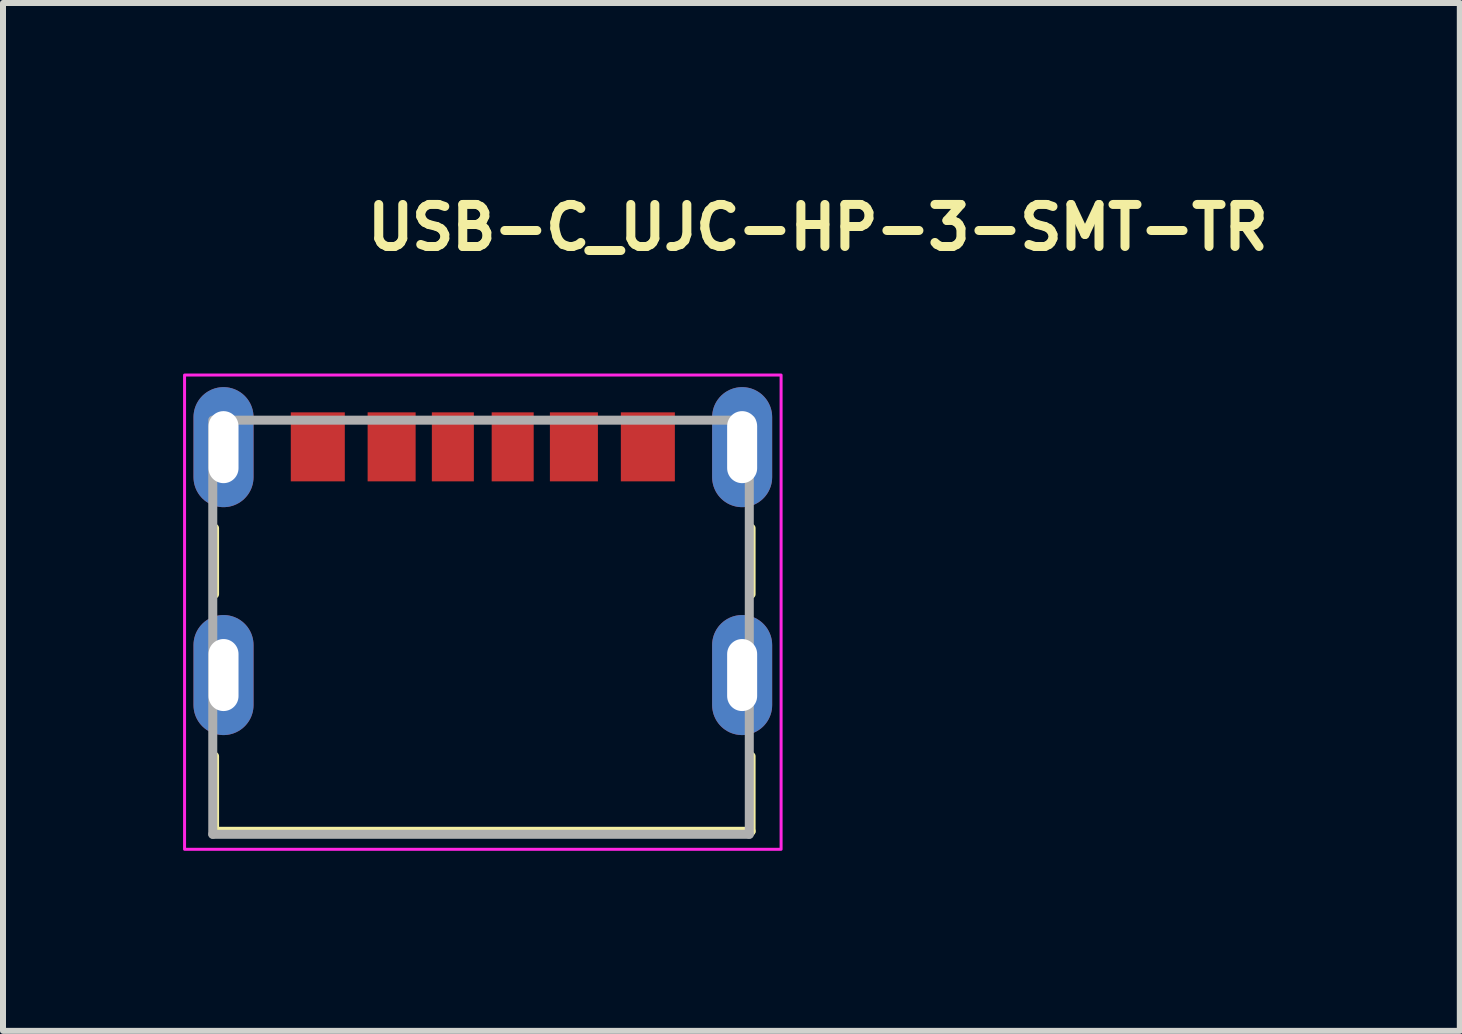
<source format=kicad_pcb>
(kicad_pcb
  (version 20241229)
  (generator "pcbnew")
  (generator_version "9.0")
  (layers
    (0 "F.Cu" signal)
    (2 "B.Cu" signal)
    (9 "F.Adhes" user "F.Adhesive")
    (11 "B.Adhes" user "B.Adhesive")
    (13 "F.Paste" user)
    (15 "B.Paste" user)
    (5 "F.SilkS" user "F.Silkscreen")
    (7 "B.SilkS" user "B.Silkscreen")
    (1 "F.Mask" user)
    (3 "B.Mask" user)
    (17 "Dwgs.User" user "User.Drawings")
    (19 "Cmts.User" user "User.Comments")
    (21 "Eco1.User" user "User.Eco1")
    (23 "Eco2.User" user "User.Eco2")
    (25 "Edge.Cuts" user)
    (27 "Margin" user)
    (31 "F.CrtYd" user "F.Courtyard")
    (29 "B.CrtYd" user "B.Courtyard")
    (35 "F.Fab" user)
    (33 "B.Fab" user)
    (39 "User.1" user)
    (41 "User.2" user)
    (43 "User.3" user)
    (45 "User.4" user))
  (footprint "USB-C_UJC-HP-3-SMT-TR"
    (layer "F.Cu")
    (at 4.995 7.15)
    (property "Reference" "USB-C_UJC-HP-3-SMT-TR" (at -2 -6 0) (layer "F.SilkS") (effects (font (size 0.7 0.7) (thickness 0.15)) (justify left bottom)))
    (attr smd)
    (fp_line (start -4.47 -0.3) (end -4.47 -1.4) (stroke (width 0.15) (type solid)) (layer "F.SilkS"))
    (fp_line (start -4.47 3.65) (end -4.47 2.4) (stroke (width 0.15) (type solid)) (layer "F.SilkS"))
    (fp_line (start -4.47 3.65) (end 4.469 3.65) (stroke (width 0.15) (type solid)) (layer "F.SilkS"))
    (fp_line (start 4.469 -0.3) (end 4.469 -1.4) (stroke (width 0.15) (type solid)) (layer "F.SilkS"))
    (fp_line (start 4.469 3.65) (end 4.469 2.4) (stroke (width 0.15) (type solid)) (layer "F.SilkS"))
    (fp_rect (start -4.97 -3.951) (end 4.969 3.95) (stroke (width 0.05) (type solid)) (fill no) (layer "F.CrtYd"))
    (fp_line (start -4.5 -3.2) (end -4.5 3.7) (stroke (width 0.15) (type solid)) (layer "F.Fab"))
    (fp_line (start -4.5 3.7) (end 4.439 3.7) (stroke (width 0.15) (type solid)) (layer "F.Fab"))
    (fp_line (start 4.439 3.7) (end 4.439 -3.2) (stroke (width 0.15) (type solid)) (layer "F.Fab"))
    (fp_line (start 4.469 -3.2) (end -4.47 -3.2) (stroke (width 0.15) (type solid)) (layer "F.Fab"))
    (fp_rect (start -4.47 -3.451) (end 4.469 3.45) (stroke (width 0.1) (type solid)) (fill no) (layer "User.5"))
    (fp_line (start -4.47 -3.351) (end -4.47 3.45) (stroke (width 0.02) (type solid)) (layer "User.9"))
    (fp_line (start -4.462 -3.351) (end -4.47 -3.351) (stroke (width 0.02) (type solid)) (layer "User.9"))
    (fp_line (start -4.462 -3.351) (end -4.462 -3.351) (stroke (width 0.02) (type solid)) (layer "User.9"))
    (fp_line (start -4.462 3.45) (end -4.47 3.45) (stroke (width 0.02) (type solid)) (layer "User.9"))
    (fp_line (start -4.462 3.45) (end -4.462 3.45) (stroke (width 0.02) (type solid)) (layer "User.9"))
    (fp_line (start -4.438 -3.351) (end -4.462 -3.351) (stroke (width 0.02) (type solid)) (layer "User.9"))
    (fp_line (start -4.438 -3.351) (end -4.438 -3.351) (stroke (width 0.02) (type solid)) (layer "User.9"))
    (fp_line (start -4.438 3.45) (end -4.462 3.45) (stroke (width 0.02) (type solid)) (layer "User.9"))
    (fp_line (start -4.438 3.45) (end -4.438 3.45) (stroke (width 0.02) (type solid)) (layer "User.9"))
    (fp_line (start -4.396 -3.351) (end -4.438 -3.351) (stroke (width 0.02) (type solid)) (layer "User.9"))
    (fp_line (start -4.396 -3.351) (end -4.396 -3.351) (stroke (width 0.02) (type solid)) (layer "User.9"))
    (fp_line (start -4.396 3.45) (end -4.438 3.45) (stroke (width 0.02) (type solid)) (layer "User.9"))
    (fp_line (start -4.396 3.45) (end -4.396 3.45) (stroke (width 0.02) (type solid)) (layer "User.9"))
    (fp_line (start -4.34 -3.351) (end -4.396 -3.351) (stroke (width 0.02) (type solid)) (layer "User.9"))
    (fp_line (start -4.34 -3.351) (end -4.34 -3.351) (stroke (width 0.02) (type solid)) (layer "User.9"))
    (fp_line (start -4.34 3.45) (end -4.396 3.45) (stroke (width 0.02) (type solid)) (layer "User.9"))
    (fp_line (start -4.34 3.45) (end -4.34 3.45) (stroke (width 0.02) (type solid)) (layer "User.9"))
    (fp_line (start -4.268 -3.351) (end -4.34 -3.351) (stroke (width 0.02) (type solid)) (layer "User.9"))
    (fp_line (start -4.268 -3.351) (end -4.268 -3.351) (stroke (width 0.02) (type solid)) (layer "User.9"))
    (fp_line (start -4.268 3.45) (end -4.34 3.45) (stroke (width 0.02) (type solid)) (layer "User.9"))
    (fp_line (start -4.268 3.45) (end -4.268 3.45) (stroke (width 0.02) (type solid)) (layer "User.9"))
    (fp_line (start -4.18 -3.351) (end -4.268 -3.351) (stroke (width 0.02) (type solid)) (layer "User.9"))
    (fp_line (start -4.18 -3.351) (end -4.18 -3.351) (stroke (width 0.02) (type solid)) (layer "User.9"))
    (fp_line (start -4.18 3.45) (end -4.268 3.45) (stroke (width 0.02) (type solid)) (layer "User.9"))
    (fp_line (start -4.18 3.45) (end -4.18 3.45) (stroke (width 0.02) (type solid)) (layer "User.9"))
    (fp_line (start -4.17 -3.451) (end -4.17 -3.351) (stroke (width 0.02) (type solid)) (layer "User.9"))
    (fp_line (start -4.165 -3.451) (end -4.17 -3.451) (stroke (width 0.02) (type solid)) (layer "User.9"))
    (fp_line (start -4.165 -3.451) (end -4.165 -3.451) (stroke (width 0.02) (type solid)) (layer "User.9"))
    (fp_line (start -4.149 -3.451) (end -4.165 -3.451) (stroke (width 0.02) (type solid)) (layer "User.9"))
    (fp_line (start -4.149 -3.451) (end -4.149 -3.451) (stroke (width 0.02) (type solid)) (layer "User.9"))
    (fp_line (start -4.122 -3.451) (end -4.149 -3.451) (stroke (width 0.02) (type solid)) (layer "User.9"))
    (fp_line (start -4.122 -3.451) (end -4.122 -3.451) (stroke (width 0.02) (type solid)) (layer "User.9"))
    (fp_line (start -4.085 -3.451) (end -4.122 -3.451) (stroke (width 0.02) (type solid)) (layer "User.9"))
    (fp_line (start -4.085 -3.451) (end -4.085 -3.451) (stroke (width 0.02) (type solid)) (layer "User.9"))
    (fp_line (start -4.082 -3.351) (end -4.18 -3.351) (stroke (width 0.02) (type solid)) (layer "User.9"))
    (fp_line (start -4.082 -3.351) (end -4.082 -3.351) (stroke (width 0.02) (type solid)) (layer "User.9"))
    (fp_line (start -4.082 3.45) (end -4.18 3.45) (stroke (width 0.02) (type solid)) (layer "User.9"))
    (fp_line (start -4.082 3.45) (end -4.082 3.45) (stroke (width 0.02) (type solid)) (layer "User.9"))
    (fp_line (start -4.037 -3.451) (end -4.085 -3.451) (stroke (width 0.02) (type solid)) (layer "User.9"))
    (fp_line (start -4.037 -3.451) (end -4.037 -3.451) (stroke (width 0.02) (type solid)) (layer "User.9"))
    (fp_line (start -3.98 -3.451) (end -4.037 -3.451) (stroke (width 0.02) (type solid)) (layer "User.9"))
    (fp_line (start -3.98 -3.451) (end -3.98 -3.451) (stroke (width 0.02) (type solid)) (layer "User.9"))
    (fp_line (start -3.971 -3.351) (end -4.082 -3.351) (stroke (width 0.02) (type solid)) (layer "User.9"))
    (fp_line (start -3.971 -3.351) (end -3.971 -3.351) (stroke (width 0.02) (type solid)) (layer "User.9"))
    (fp_line (start -3.971 3.45) (end -4.082 3.45) (stroke (width 0.02) (type solid)) (layer "User.9"))
    (fp_line (start -3.971 3.45) (end -3.971 3.45) (stroke (width 0.02) (type solid)) (layer "User.9"))
    (fp_line (start -3.914 -3.451) (end -3.98 -3.451) (stroke (width 0.02) (type solid)) (layer "User.9"))
    (fp_line (start -3.914 -3.451) (end -3.914 -3.451) (stroke (width 0.02) (type solid)) (layer "User.9"))
    (fp_line (start -3.848 -3.351) (end -3.971 -3.351) (stroke (width 0.02) (type solid)) (layer "User.9"))
    (fp_line (start -3.848 -3.351) (end -3.848 -3.351) (stroke (width 0.02) (type solid)) (layer "User.9"))
    (fp_line (start -3.848 3.45) (end -3.971 3.45) (stroke (width 0.02) (type solid)) (layer "User.9"))
    (fp_line (start -3.848 3.45) (end -3.848 3.45) (stroke (width 0.02) (type solid)) (layer "User.9"))
    (fp_line (start -3.758 -3.451) (end -3.914 -3.451) (stroke (width 0.02) (type solid)) (layer "User.9"))
    (fp_line (start -3.758 -3.451) (end -3.758 -3.451) (stroke (width 0.02) (type solid)) (layer "User.9"))
    (fp_line (start -3.58 -3.351) (end -3.848 -3.351) (stroke (width 0.02) (type solid)) (layer "User.9"))
    (fp_line (start -3.58 -3.351) (end -3.58 -3.351) (stroke (width 0.02) (type solid)) (layer "User.9"))
    (fp_line (start -3.58 3.45) (end -3.848 3.45) (stroke (width 0.02) (type solid)) (layer "User.9"))
    (fp_line (start -3.58 3.45) (end -3.58 3.45) (stroke (width 0.02) (type solid)) (layer "User.9"))
    (fp_line (start -3.576 -3.451) (end -3.758 -3.451) (stroke (width 0.02) (type solid)) (layer "User.9"))
    (fp_line (start -3.576 -3.451) (end -3.576 -3.451) (stroke (width 0.02) (type solid)) (layer "User.9"))
    (fp_line (start -3.27 -3.451) (end -3.576 -3.451) (stroke (width 0.02) (type solid)) (layer "User.9"))
    (fp_line (start -3.27 -3.351) (end -3.27 -3.451) (stroke (width 0.02) (type solid)) (layer "User.9"))
    (fp_line (start -3.141 -3.351) (end -3.58 -3.351) (stroke (width 0.02) (type solid)) (layer "User.9"))
    (fp_line (start -3.141 3.45) (end -3.58 3.45) (stroke (width 0.02) (type solid)) (layer "User.9"))
    (fp_line (start -2.923 -3.351) (end -3.141 -3.351) (stroke (width 0.02) (type solid)) (layer "User.9"))
    (fp_line (start -2.923 -3.351) (end -2.914 -3.351) (stroke (width 0.02) (type solid)) (layer "User.9"))
    (fp_line (start -2.914 -3.351) (end -2.904 -3.351) (stroke (width 0.02) (type solid)) (layer "User.9"))
    (fp_line (start -2.904 -3.351) (end -2.895 -3.348) (stroke (width 0.02) (type solid)) (layer "User.9"))
    (fp_line (start -2.895 -3.348) (end -2.884 -3.347) (stroke (width 0.02) (type solid)) (layer "User.9"))
    (fp_line (start -2.884 -3.347) (end -2.875 -3.344) (stroke (width 0.02) (type solid)) (layer "User.9"))
    (fp_line (start -2.875 -3.344) (end -2.866 -3.343) (stroke (width 0.02) (type solid)) (layer "User.9"))
    (fp_line (start -2.866 -3.343) (end -2.856 -3.339) (stroke (width 0.02) (type solid)) (layer "User.9"))
    (fp_line (start -2.856 -3.339) (end -2.847 -3.335) (stroke (width 0.02) (type solid)) (layer "User.9"))
    (fp_line (start -2.847 -3.335) (end -2.839 -3.331) (stroke (width 0.02) (type solid)) (layer "User.9"))
    (fp_line (start -2.839 -3.331) (end -2.83 -3.327) (stroke (width 0.02) (type solid)) (layer "User.9"))
    (fp_line (start -2.83 -3.327) (end -2.822 -3.322) (stroke (width 0.02) (type solid)) (layer "User.9"))
    (fp_line (start -2.822 -3.322) (end -2.813 -3.318) (stroke (width 0.02) (type solid)) (layer "User.9"))
    (fp_line (start -2.813 -3.318) (end -2.805 -3.311) (stroke (width 0.02) (type solid)) (layer "User.9"))
    (fp_line (start -2.805 -3.311) (end -2.798 -3.306) (stroke (width 0.02) (type solid)) (layer "User.9"))
    (fp_line (start -2.798 -3.306) (end -2.79 -3.299) (stroke (width 0.02) (type solid)) (layer "User.9"))
    (fp_line (start -2.79 -3.299) (end -2.782 -3.293) (stroke (width 0.02) (type solid)) (layer "User.9"))
    (fp_line (start -2.782 -3.293) (end -2.5 -3.009) (stroke (width 0.02) (type solid)) (layer "User.9"))
    (fp_line (start -2.656 -1.801) (end -2.656 -1.766) (stroke (width 0.02) (type solid)) (layer "User.9"))
    (fp_line (start -2.656 -1.801) (end -2.656 -1.766) (stroke (width 0.02) (type solid)) (layer "User.9"))
    (fp_line (start -2.656 -1.766) (end -2.621 -1.766) (stroke (width 0.02) (type solid)) (layer "User.9"))
    (fp_line (start -2.656 -1.385) (end -2.656 -1.351) (stroke (width 0.02) (type solid)) (layer "User.9"))
    (fp_line (start -2.656 -1.351) (end -1.446 -1.351) (stroke (width 0.02) (type solid)) (layer "User.9"))
    (fp_line (start -2.63 -1.385) (end -2.629 -1.381) (stroke (width 0.02) (type solid)) (layer "User.9"))
    (fp_line (start -2.629 -1.381) (end -2.625 -1.377) (stroke (width 0.02) (type solid)) (layer "User.9"))
    (fp_line (start -2.625 -1.377) (end -2.622 -1.373) (stroke (width 0.02) (type solid)) (layer "User.9"))
    (fp_line (start -2.622 -1.373) (end -2.621 -1.371) (stroke (width 0.02) (type solid)) (layer "User.9"))
    (fp_line (start -2.621 -1.766) (end -2.214 -1.766) (stroke (width 0.02) (type solid)) (layer "User.9"))
    (fp_line (start -2.621 -1.385) (end -2.656 -1.385) (stroke (width 0.02) (type solid)) (layer "User.9"))
    (fp_line (start -2.621 -1.385) (end -2.214 -1.385) (stroke (width 0.02) (type solid)) (layer "User.9"))
    (fp_line (start -2.621 -1.371) (end -2.617 -1.367) (stroke (width 0.02) (type solid)) (layer "User.9"))
    (fp_line (start -2.617 -1.367) (end -2.614 -1.365) (stroke (width 0.02) (type solid)) (layer "User.9"))
    (fp_line (start -2.614 -1.365) (end -2.612 -1.361) (stroke (width 0.02) (type solid)) (layer "User.9"))
    (fp_line (start -2.612 -1.361) (end -2.609 -1.359) (stroke (width 0.02) (type solid)) (layer "User.9"))
    (fp_line (start -2.609 -1.359) (end -2.606 -1.357) (stroke (width 0.02) (type solid)) (layer "User.9"))
    (fp_line (start -2.606 -1.357) (end -2.604 -1.355) (stroke (width 0.02) (type solid)) (layer "User.9"))
    (fp_line (start -2.604 -1.355) (end -2.601 -1.355) (stroke (width 0.02) (type solid)) (layer "User.9"))
    (fp_line (start -2.601 -1.355) (end -2.597 -1.353) (stroke (width 0.02) (type solid)) (layer "User.9"))
    (fp_line (start -2.597 -1.353) (end -2.594 -1.351) (stroke (width 0.02) (type solid)) (layer "User.9"))
    (fp_line (start -2.594 -1.351) (end -2.592 -1.351) (stroke (width 0.02) (type solid)) (layer "User.9"))
    (fp_line (start -2.592 -1.351) (end -2.59 -1.351) (stroke (width 0.02) (type solid)) (layer "User.9"))
    (fp_line (start -2.59 -1.351) (end -2.589 -1.351) (stroke (width 0.02) (type solid)) (layer "User.9"))
    (fp_line (start -2.589 -1.351) (end -2.588 -1.351) (stroke (width 0.02) (type solid)) (layer "User.9"))
    (fp_line (start -2.588 -1.351) (end -2.586 -1.351) (stroke (width 0.02) (type solid)) (layer "User.9"))
    (fp_line (start -2.586 -1.351) (end -2.656 -1.351) (stroke (width 0.02) (type solid)) (layer "User.9"))
    (fp_line (start -2.5 -3.009) (end -2.492 -3.003) (stroke (width 0.02) (type solid)) (layer "User.9"))
    (fp_line (start -2.492 -3.003) (end -2.484 -2.996) (stroke (width 0.02) (type solid)) (layer "User.9"))
    (fp_line (start -2.484 -2.996) (end -2.477 -2.991) (stroke (width 0.02) (type solid)) (layer "User.9"))
    (fp_line (start -2.477 -2.991) (end -2.469 -2.984) (stroke (width 0.02) (type solid)) (layer "User.9"))
    (fp_line (start -2.469 -2.984) (end -2.46 -2.98) (stroke (width 0.02) (type solid)) (layer "User.9"))
    (fp_line (start -2.469 -1.801) (end -2.469 -1.766) (stroke (width 0.02) (type solid)) (layer "User.9"))
    (fp_line (start -2.469 -1.385) (end -2.469 -1.351) (stroke (width 0.02) (type solid)) (layer "User.9"))
    (fp_line (start -2.469 -1.351) (end -2.656 -1.351) (stroke (width 0.02) (type solid)) (layer "User.9"))
    (fp_line (start -2.46 -2.98) (end -2.452 -2.975) (stroke (width 0.02) (type solid)) (layer "User.9"))
    (fp_line (start -2.452 -3.281) (end -2.77 -3.281) (stroke (width 0.02) (type solid)) (layer "User.9"))
    (fp_line (start -2.452 -3.281) (end -2.452 -3.181) (stroke (width 0.02) (type solid)) (layer "User.9"))
    (fp_line (start -2.452 -3.181) (end -2.67 -3.181) (stroke (width 0.02) (type solid)) (layer "User.9"))
    (fp_line (start -2.452 -3.181) (end -2.452 -2.973) (stroke (width 0.02) (type solid)) (layer "User.9"))
    (fp_line (start -2.452 -2.975) (end -2.444 -2.971) (stroke (width 0.02) (type solid)) (layer "User.9"))
    (fp_line (start -2.444 -2.971) (end -2.435 -2.967) (stroke (width 0.02) (type solid)) (layer "User.9"))
    (fp_line (start -2.435 -2.967) (end -2.426 -2.963) (stroke (width 0.02) (type solid)) (layer "User.9"))
    (fp_line (start -2.426 -2.963) (end -2.416 -2.96) (stroke (width 0.02) (type solid)) (layer "User.9"))
    (fp_line (start -2.416 -2.96) (end -2.407 -2.957) (stroke (width 0.02) (type solid)) (layer "User.9"))
    (fp_line (start -2.407 -2.957) (end -2.398 -2.955) (stroke (width 0.02) (type solid)) (layer "User.9"))
    (fp_line (start -2.398 -2.955) (end -2.387 -2.953) (stroke (width 0.02) (type solid)) (layer "User.9"))
    (fp_line (start -2.387 -2.953) (end -2.378 -2.952) (stroke (width 0.02) (type solid)) (layer "User.9"))
    (fp_line (start -2.378 -2.952) (end -2.368 -2.952) (stroke (width 0.02) (type solid)) (layer "User.9"))
    (fp_line (start -2.368 -2.952) (end -2.359 -2.952) (stroke (width 0.02) (type solid)) (layer "User.9"))
    (fp_line (start -2.359 -2.952) (end -1.301 -2.952) (stroke (width 0.02) (type solid)) (layer "User.9"))
    (fp_line (start -2.214 -1.766) (end -1.889 -1.766) (stroke (width 0.02) (type solid)) (layer "User.9"))
    (fp_line (start -2.214 -1.385) (end -1.889 -1.385) (stroke (width 0.02) (type solid)) (layer "User.9"))
    (fp_line (start -1.889 -1.766) (end -1.48 -1.766) (stroke (width 0.02) (type solid)) (layer "User.9"))
    (fp_line (start -1.889 -1.385) (end -1.48 -1.385) (stroke (width 0.02) (type solid)) (layer "User.9"))
    (fp_line (start -1.801 -3.281) (end -1.801 -3.181) (stroke (width 0.02) (type solid)) (layer "User.9"))
    (fp_line (start -1.801 -3.181) (end -1.801 -2.952) (stroke (width 0.02) (type solid)) (layer "User.9"))
    (fp_line (start -1.633 -1.801) (end -1.633 -1.766) (stroke (width 0.02) (type solid)) (layer "User.9"))
    (fp_line (start -1.633 -1.385) (end -1.633 -1.351) (stroke (width 0.02) (type solid)) (layer "User.9"))
    (fp_line (start -1.516 -1.351) (end -1.633 -1.351) (stroke (width 0.02) (type solid)) (layer "User.9"))
    (fp_line (start -1.516 -1.351) (end -1.514 -1.351) (stroke (width 0.02) (type solid)) (layer "User.9"))
    (fp_line (start -1.514 -1.351) (end -1.514 -1.351) (stroke (width 0.02) (type solid)) (layer "User.9"))
    (fp_line (start -1.514 -1.351) (end -1.512 -1.351) (stroke (width 0.02) (type solid)) (layer "User.9"))
    (fp_line (start -1.512 -1.351) (end -1.51 -1.351) (stroke (width 0.02) (type solid)) (layer "User.9"))
    (fp_line (start -1.51 -1.351) (end -1.508 -1.351) (stroke (width 0.02) (type solid)) (layer "User.9"))
    (fp_line (start -1.508 -1.351) (end -1.508 -1.351) (stroke (width 0.02) (type solid)) (layer "User.9"))
    (fp_line (start -1.508 -1.351) (end -1.506 -1.353) (stroke (width 0.02) (type solid)) (layer "User.9"))
    (fp_line (start -1.506 -1.353) (end -1.504 -1.353) (stroke (width 0.02) (type solid)) (layer "User.9"))
    (fp_line (start -1.504 -1.353) (end -1.502 -1.353) (stroke (width 0.02) (type solid)) (layer "User.9"))
    (fp_line (start -1.502 -1.355) (end -1.5 -1.355) (stroke (width 0.02) (type solid)) (layer "User.9"))
    (fp_line (start -1.502 -1.353) (end -1.502 -1.355) (stroke (width 0.02) (type solid)) (layer "User.9"))
    (fp_line (start -1.5 -2.27) (end -1.5 -2.261) (stroke (width 0.02) (type solid)) (layer "User.9"))
    (fp_line (start -1.5 -2.261) (end -1.5 -2.25) (stroke (width 0.02) (type solid)) (layer "User.9"))
    (fp_line (start -1.5 -2.25) (end -1.5 -2.242) (stroke (width 0.02) (type solid)) (layer "User.9"))
    (fp_line (start -1.5 -2.242) (end -1.5 -2.231) (stroke (width 0.02) (type solid)) (layer "User.9"))
    (fp_line (start -1.5 -2.231) (end -1.498 -2.222) (stroke (width 0.02) (type solid)) (layer "User.9"))
    (fp_line (start -1.5 -1.355) (end -1.498 -1.355) (stroke (width 0.02) (type solid)) (layer "User.9"))
    (fp_line (start -1.498 -2.29) (end -1.498 -2.281) (stroke (width 0.02) (type solid)) (layer "User.9"))
    (fp_line (start -1.498 -2.281) (end -1.5 -2.27) (stroke (width 0.02) (type solid)) (layer "User.9"))
    (fp_line (start -1.498 -2.222) (end -1.498 -2.211) (stroke (width 0.02) (type solid)) (layer "User.9"))
    (fp_line (start -1.498 -2.211) (end -1.494 -2.202) (stroke (width 0.02) (type solid)) (layer "User.9"))
    (fp_line (start -1.498 -1.357) (end -1.496 -1.357) (stroke (width 0.02) (type solid)) (layer "User.9"))
    (fp_line (start -1.498 -1.355) (end -1.498 -1.357) (stroke (width 0.02) (type solid)) (layer "User.9"))
    (fp_line (start -1.496 -1.357) (end -1.492 -1.359) (stroke (width 0.02) (type solid)) (layer "User.9"))
    (fp_line (start -1.494 -2.299) (end -1.498 -2.29) (stroke (width 0.02) (type solid)) (layer "User.9"))
    (fp_line (start -1.494 -2.202) (end -1.492 -2.193) (stroke (width 0.02) (type solid)) (layer "User.9"))
    (fp_line (start -1.492 -2.31) (end -1.494 -2.299) (stroke (width 0.02) (type solid)) (layer "User.9"))
    (fp_line (start -1.492 -2.193) (end -1.49 -2.183) (stroke (width 0.02) (type solid)) (layer "User.9"))
    (fp_line (start -1.492 -1.359) (end -1.49 -1.361) (stroke (width 0.02) (type solid)) (layer "User.9"))
    (fp_line (start -1.49 -2.319) (end -1.492 -2.31) (stroke (width 0.02) (type solid)) (layer "User.9"))
    (fp_line (start -1.49 -2.183) (end -1.486 -2.174) (stroke (width 0.02) (type solid)) (layer "User.9"))
    (fp_line (start -1.49 -1.361) (end -1.488 -1.365) (stroke (width 0.02) (type solid)) (layer "User.9"))
    (fp_line (start -1.488 -1.365) (end -1.484 -1.367) (stroke (width 0.02) (type solid)) (layer "User.9"))
    (fp_line (start -1.486 -2.327) (end -1.49 -2.319) (stroke (width 0.02) (type solid)) (layer "User.9"))
    (fp_line (start -1.486 -2.174) (end -1.482 -2.165) (stroke (width 0.02) (type solid)) (layer "User.9"))
    (fp_line (start -1.484 -1.367) (end -1.482 -1.371) (stroke (width 0.02) (type solid)) (layer "User.9"))
    (fp_line (start -1.482 -2.336) (end -1.486 -2.327) (stroke (width 0.02) (type solid)) (layer "User.9"))
    (fp_line (start -1.482 -2.165) (end -1.478 -2.157) (stroke (width 0.02) (type solid)) (layer "User.9"))
    (fp_line (start -1.482 -1.371) (end -1.48 -1.373) (stroke (width 0.02) (type solid)) (layer "User.9"))
    (fp_line (start -1.48 -1.766) (end -1.446 -1.766) (stroke (width 0.02) (type solid)) (layer "User.9"))
    (fp_line (start -1.48 -1.373) (end -1.476 -1.377) (stroke (width 0.02) (type solid)) (layer "User.9"))
    (fp_line (start -1.478 -2.346) (end -1.482 -2.336) (stroke (width 0.02) (type solid)) (layer "User.9"))
    (fp_line (start -1.478 -2.157) (end -1.472 -2.149) (stroke (width 0.02) (type solid)) (layer "User.9"))
    (fp_line (start -1.476 -1.377) (end -1.474 -1.381) (stroke (width 0.02) (type solid)) (layer "User.9"))
    (fp_line (start -1.474 -1.381) (end -1.472 -1.385) (stroke (width 0.02) (type solid)) (layer "User.9"))
    (fp_line (start -1.472 -2.354) (end -1.478 -2.346) (stroke (width 0.02) (type solid)) (layer "User.9"))
    (fp_line (start -1.472 -2.149) (end -1.468 -2.141) (stroke (width 0.02) (type solid)) (layer "User.9"))
    (fp_line (start -1.468 -2.362) (end -1.472 -2.354) (stroke (width 0.02) (type solid)) (layer "User.9"))
    (fp_line (start -1.468 -2.141) (end -1.462 -2.133) (stroke (width 0.02) (type solid)) (layer "User.9"))
    (fp_line (start -1.462 -2.37) (end -1.468 -2.362) (stroke (width 0.02) (type solid)) (layer "User.9"))
    (fp_line (start -1.462 -2.133) (end -1.456 -2.125) (stroke (width 0.02) (type solid)) (layer "User.9"))
    (fp_line (start -1.456 -2.378) (end -1.462 -2.37) (stroke (width 0.02) (type solid)) (layer "User.9"))
    (fp_line (start -1.456 -2.125) (end -1.45 -2.117) (stroke (width 0.02) (type solid)) (layer "User.9"))
    (fp_line (start -1.45 -2.386) (end -1.456 -2.378) (stroke (width 0.02) (type solid)) (layer "User.9"))
    (fp_line (start -1.45 -2.117) (end -1.442 -2.109) (stroke (width 0.02) (type solid)) (layer "User.9"))
    (fp_line (start -1.446 -1.801) (end -2.656 -1.801) (stroke (width 0.02) (type solid)) (layer "User.9"))
    (fp_line (start -1.446 -1.801) (end -2.656 -1.801) (stroke (width 0.02) (type solid)) (layer "User.9"))
    (fp_line (start -1.446 -1.801) (end -1.446 -1.766) (stroke (width 0.02) (type solid)) (layer "User.9"))
    (fp_line (start -1.446 -1.766) (end -1.446 -1.801) (stroke (width 0.02) (type solid)) (layer "User.9"))
    (fp_line (start -1.446 -1.385) (end -1.48 -1.385) (stroke (width 0.02) (type solid)) (layer "User.9"))
    (fp_line (start -1.446 -1.351) (end -1.516 -1.351) (stroke (width 0.02) (type solid)) (layer "User.9"))
    (fp_line (start -1.446 -1.351) (end -1.446 -1.385) (stroke (width 0.02) (type solid)) (layer "User.9"))
    (fp_line (start -1.442 -2.392) (end -1.45 -2.386) (stroke (width 0.02) (type solid)) (layer "User.9"))
    (fp_line (start -1.442 -2.392) (end -1.442 -2.392) (stroke (width 0.02) (type solid)) (layer "User.9"))
    (fp_line (start -1.442 -2.109) (end -1.442 -2.109) (stroke (width 0.02) (type solid)) (layer "User.9"))
    (fp_line (start -1.442 -2.109) (end -1.436 -2.102) (stroke (width 0.02) (type solid)) (layer "User.9"))
    (fp_line (start -1.436 -2.399) (end -1.442 -2.392) (stroke (width 0.02) (type solid)) (layer "User.9"))
    (fp_line (start -1.436 -2.102) (end -1.428 -2.097) (stroke (width 0.02) (type solid)) (layer "User.9"))
    (fp_line (start -1.428 -2.406) (end -1.436 -2.399) (stroke (width 0.02) (type solid)) (layer "User.9"))
    (fp_line (start -1.428 -2.097) (end -1.42 -2.09) (stroke (width 0.02) (type solid)) (layer "User.9"))
    (fp_line (start -1.42 -2.411) (end -1.428 -2.406) (stroke (width 0.02) (type solid)) (layer "User.9"))
    (fp_line (start -1.42 -2.09) (end -1.412 -2.085) (stroke (width 0.02) (type solid)) (layer "User.9"))
    (fp_line (start -1.412 -2.418) (end -1.42 -2.411) (stroke (width 0.02) (type solid)) (layer "User.9"))
    (fp_line (start -1.412 -2.085) (end -1.403 -2.08) (stroke (width 0.02) (type solid)) (layer "User.9"))
    (fp_line (start -1.403 -2.423) (end -1.412 -2.418) (stroke (width 0.02) (type solid)) (layer "User.9"))
    (fp_line (start -1.403 -2.08) (end -1.395 -2.074) (stroke (width 0.02) (type solid)) (layer "User.9"))
    (fp_line (start -1.395 -2.427) (end -1.403 -2.423) (stroke (width 0.02) (type solid)) (layer "User.9"))
    (fp_line (start -1.395 -2.074) (end -1.387 -2.07) (stroke (width 0.02) (type solid)) (layer "User.9"))
    (fp_line (start -1.387 -2.431) (end -1.395 -2.427) (stroke (width 0.02) (type solid)) (layer "User.9"))
    (fp_line (start -1.387 -2.07) (end -1.377 -2.066) (stroke (width 0.02) (type solid)) (layer "User.9"))
    (fp_line (start -1.377 -2.436) (end -1.387 -2.431) (stroke (width 0.02) (type solid)) (layer "User.9"))
    (fp_line (start -1.377 -2.066) (end -1.369 -2.062) (stroke (width 0.02) (type solid)) (layer "User.9"))
    (fp_line (start -1.369 -2.44) (end -1.377 -2.436) (stroke (width 0.02) (type solid)) (layer "User.9"))
    (fp_line (start -1.369 -2.062) (end -1.359 -2.06) (stroke (width 0.02) (type solid)) (layer "User.9"))
    (fp_line (start -1.359 -2.443) (end -1.369 -2.44) (stroke (width 0.02) (type solid)) (layer "User.9"))
    (fp_line (start -1.359 -2.06) (end -1.349 -2.057) (stroke (width 0.02) (type solid)) (layer "User.9"))
    (fp_line (start -1.349 -2.444) (end -1.359 -2.443) (stroke (width 0.02) (type solid)) (layer "User.9"))
    (fp_line (start -1.349 -2.057) (end -1.341 -2.054) (stroke (width 0.02) (type solid)) (layer "User.9"))
    (fp_line (start -1.341 -2.448) (end -1.349 -2.444) (stroke (width 0.02) (type solid)) (layer "User.9"))
    (fp_line (start -1.341 -2.054) (end -1.331 -2.053) (stroke (width 0.02) (type solid)) (layer "User.9"))
    (fp_line (start -1.331 -2.448) (end -1.341 -2.448) (stroke (width 0.02) (type solid)) (layer "User.9"))
    (fp_line (start -1.331 -2.053) (end -1.321 -2.052) (stroke (width 0.02) (type solid)) (layer "User.9"))
    (fp_line (start -1.321 -2.451) (end -1.331 -2.448) (stroke (width 0.02) (type solid)) (layer "User.9"))
    (fp_line (start -1.321 -2.052) (end -1.311 -2.052) (stroke (width 0.02) (type solid)) (layer "User.9"))
    (fp_line (start -1.311 -2.451) (end -1.321 -2.451) (stroke (width 0.02) (type solid)) (layer "User.9"))
    (fp_line (start -1.311 -2.052) (end -1.301 -2.05) (stroke (width 0.02) (type solid)) (layer "User.9"))
    (fp_line (start -1.301 -2.952) (end -0.982 -2.952) (stroke (width 0.02) (type solid)) (layer "User.9"))
    (fp_line (start -1.301 -2.452) (end -1.311 -2.451) (stroke (width 0.02) (type solid)) (layer "User.9"))
    (fp_line (start -1.301 -2.351) (end -1.301 -2.452) (stroke (width 0.02) (type solid)) (layer "User.9"))
    (fp_line (start -1.301 -2.351) (end 1.3 -2.351) (stroke (width 0.02) (type solid)) (layer "User.9"))
    (fp_line (start -1.301 -2.05) (end 1.3 -2.05) (stroke (width 0.02) (type solid)) (layer "User.9"))
    (fp_line (start -1.24 -3.281) (end -1.801 -3.281) (stroke (width 0.02) (type solid)) (layer "User.9"))
    (fp_line (start -1.24 -3.281) (end -1.24 -3.181) (stroke (width 0.02) (type solid)) (layer "User.9"))
    (fp_line (start -1.24 -3.181) (end -1.801 -3.181) (stroke (width 0.02) (type solid)) (layer "User.9"))
    (fp_line (start -1.24 -3.181) (end -1.24 -2.952) (stroke (width 0.02) (type solid)) (layer "User.9"))
    (fp_line (start -0.982 -2.952) (end -0.462 -2.952) (stroke (width 0.02) (type solid)) (layer "User.9"))
    (fp_line (start -0.982 -2.952) (end 0.98 -2.952) (stroke (width 0.02) (type solid)) (layer "User.9"))
    (fp_line (start -0.982 -2.452) (end -1.301 -2.452) (stroke (width 0.02) (type solid)) (layer "User.9"))
    (fp_line (start -0.75 -3.281) (end -0.75 -3.181) (stroke (width 0.02) (type solid)) (layer "User.9"))
    (fp_line (start -0.75 -3.181) (end -0.75 -2.952) (stroke (width 0.02) (type solid)) (layer "User.9"))
    (fp_line (start -0.462 -2.452) (end -0.982 -2.452) (stroke (width 0.02) (type solid)) (layer "User.9"))
    (fp_line (start -0.462 -2.452) (end -0.458 -2.452) (stroke (width 0.02) (type solid)) (layer "User.9"))
    (fp_line (start -0.458 -2.951) (end -0.462 -2.952) (stroke (width 0.02) (type solid)) (layer "User.9"))
    (fp_line (start -0.458 -2.452) (end -0.455 -2.452) (stroke (width 0.02) (type solid)) (layer "User.9"))
    (fp_line (start -0.455 -2.951) (end -0.458 -2.951) (stroke (width 0.02) (type solid)) (layer "User.9"))
    (fp_line (start -0.455 -2.452) (end -0.451 -2.452) (stroke (width 0.02) (type solid)) (layer "User.9"))
    (fp_line (start -0.451 -2.949) (end -0.455 -2.951) (stroke (width 0.02) (type solid)) (layer "User.9"))
    (fp_line (start -0.451 -2.452) (end -0.447 -2.452) (stroke (width 0.02) (type solid)) (layer "User.9"))
    (fp_line (start -0.447 -2.949) (end -0.451 -2.949) (stroke (width 0.02) (type solid)) (layer "User.9"))
    (fp_line (start -0.447 -2.452) (end -0.443 -2.455) (stroke (width 0.02) (type solid)) (layer "User.9"))
    (fp_line (start -0.443 -2.948) (end -0.447 -2.949) (stroke (width 0.02) (type solid)) (layer "User.9"))
    (fp_line (start -0.443 -2.455) (end -0.44 -2.456) (stroke (width 0.02) (type solid)) (layer "User.9"))
    (fp_line (start -0.44 -2.947) (end -0.443 -2.948) (stroke (width 0.02) (type solid)) (layer "User.9"))
    (fp_line (start -0.44 -2.456) (end -0.437 -2.456) (stroke (width 0.02) (type solid)) (layer "User.9"))
    (fp_line (start -0.437 -2.945) (end -0.44 -2.947) (stroke (width 0.02) (type solid)) (layer "User.9"))
    (fp_line (start -0.437 -2.456) (end -0.433 -2.459) (stroke (width 0.02) (type solid)) (layer "User.9"))
    (fp_line (start -0.433 -2.943) (end -0.437 -2.945) (stroke (width 0.02) (type solid)) (layer "User.9"))
    (fp_line (start -0.433 -2.459) (end -0.43 -2.46) (stroke (width 0.02) (type solid)) (layer "User.9"))
    (fp_line (start -0.43 -2.942) (end -0.433 -2.943) (stroke (width 0.02) (type solid)) (layer "User.9"))
    (fp_line (start -0.43 -2.46) (end -0.427 -2.463) (stroke (width 0.02) (type solid)) (layer "User.9"))
    (fp_line (start -0.427 -2.939) (end -0.43 -2.942) (stroke (width 0.02) (type solid)) (layer "User.9"))
    (fp_line (start -0.427 -2.463) (end -0.424 -2.465) (stroke (width 0.02) (type solid)) (layer "User.9"))
    (fp_line (start -0.424 -2.936) (end -0.427 -2.939) (stroke (width 0.02) (type solid)) (layer "User.9"))
    (fp_line (start -0.424 -2.465) (end -0.421 -2.468) (stroke (width 0.02) (type solid)) (layer "User.9"))
    (fp_line (start -0.421 -2.935) (end -0.424 -2.936) (stroke (width 0.02) (type solid)) (layer "User.9"))
    (fp_line (start -0.421 -2.468) (end -0.418 -2.471) (stroke (width 0.02) (type solid)) (layer "User.9"))
    (fp_line (start -0.418 -2.931) (end -0.421 -2.935) (stroke (width 0.02) (type solid)) (layer "User.9"))
    (fp_line (start -0.418 -2.471) (end -0.417 -2.473) (stroke (width 0.02) (type solid)) (layer "User.9"))
    (fp_line (start -0.417 -2.928) (end -0.418 -2.931) (stroke (width 0.02) (type solid)) (layer "User.9"))
    (fp_line (start -0.417 -2.473) (end -0.414 -2.476) (stroke (width 0.02) (type solid)) (layer "User.9"))
    (fp_line (start -0.414 -2.926) (end -0.417 -2.928) (stroke (width 0.02) (type solid)) (layer "User.9"))
    (fp_line (start -0.414 -2.476) (end -0.412 -2.48) (stroke (width 0.02) (type solid)) (layer "User.9"))
    (fp_line (start -0.412 -2.922) (end -0.414 -2.926) (stroke (width 0.02) (type solid)) (layer "User.9"))
    (fp_line (start -0.412 -2.922) (end -0.412 -2.922) (stroke (width 0.02) (type solid)) (layer "User.9"))
    (fp_line (start -0.412 -2.48) (end -0.412 -2.48) (stroke (width 0.02) (type solid)) (layer "User.9"))
    (fp_line (start -0.412 -2.48) (end -0.409 -2.484) (stroke (width 0.02) (type solid)) (layer "User.9"))
    (fp_line (start -0.409 -2.919) (end -0.412 -2.922) (stroke (width 0.02) (type solid)) (layer "User.9"))
    (fp_line (start -0.409 -2.484) (end -0.407 -2.488) (stroke (width 0.02) (type solid)) (layer "User.9"))
    (fp_line (start -0.407 -2.915) (end -0.409 -2.919) (stroke (width 0.02) (type solid)) (layer "User.9"))
    (fp_line (start -0.407 -2.488) (end -0.405 -2.492) (stroke (width 0.02) (type solid)) (layer "User.9"))
    (fp_line (start -0.405 -2.911) (end -0.407 -2.915) (stroke (width 0.02) (type solid)) (layer "User.9"))
    (fp_line (start -0.405 -2.492) (end -0.403 -2.496) (stroke (width 0.02) (type solid)) (layer "User.9"))
    (fp_line (start -0.403 -2.907) (end -0.405 -2.911) (stroke (width 0.02) (type solid)) (layer "User.9"))
    (fp_line (start -0.403 -2.496) (end -0.401 -2.5) (stroke (width 0.02) (type solid)) (layer "User.9"))
    (fp_line (start -0.401 -2.903) (end -0.403 -2.907) (stroke (width 0.02) (type solid)) (layer "User.9"))
    (fp_line (start -0.401 -2.5) (end -0.399 -2.504) (stroke (width 0.02) (type solid)) (layer "User.9"))
    (fp_line (start -0.399 -2.899) (end -0.401 -2.903) (stroke (width 0.02) (type solid)) (layer "User.9"))
    (fp_line (start -0.399 -2.504) (end -0.398 -2.508) (stroke (width 0.02) (type solid)) (layer "User.9"))
    (fp_line (start -0.398 -2.894) (end -0.399 -2.899) (stroke (width 0.02) (type solid)) (layer "User.9"))
    (fp_line (start -0.398 -2.508) (end -0.396 -2.512) (stroke (width 0.02) (type solid)) (layer "User.9"))
    (fp_line (start -0.396 -2.89) (end -0.398 -2.894) (stroke (width 0.02) (type solid)) (layer "User.9"))
    (fp_line (start -0.396 -2.512) (end -0.395 -2.517) (stroke (width 0.02) (type solid)) (layer "User.9"))
    (fp_line (start -0.395 -2.884) (end -0.396 -2.89) (stroke (width 0.02) (type solid)) (layer "User.9"))
    (fp_line (start -0.395 -2.517) (end -0.394 -2.521) (stroke (width 0.02) (type solid)) (layer "User.9"))
    (fp_line (start -0.394 -2.88) (end -0.395 -2.884) (stroke (width 0.02) (type solid)) (layer "User.9"))
    (fp_line (start -0.394 -2.521) (end -0.393 -2.527) (stroke (width 0.02) (type solid)) (layer "User.9"))
    (fp_line (start -0.393 -2.875) (end -0.394 -2.88) (stroke (width 0.02) (type solid)) (layer "User.9"))
    (fp_line (start -0.393 -2.527) (end -0.392 -2.532) (stroke (width 0.02) (type solid)) (layer "User.9"))
    (fp_line (start -0.392 -2.871) (end -0.393 -2.875) (stroke (width 0.02) (type solid)) (layer "User.9"))
    (fp_line (start -0.392 -2.866) (end -0.392 -2.871) (stroke (width 0.02) (type solid)) (layer "User.9"))
    (fp_line (start -0.392 -2.536) (end -0.391 -2.541) (stroke (width 0.02) (type solid)) (layer "User.9"))
    (fp_line (start -0.392 -2.532) (end -0.392 -2.536) (stroke (width 0.02) (type solid)) (layer "User.9"))
    (fp_line (start -0.391 -2.86) (end -0.392 -2.866) (stroke (width 0.02) (type solid)) (layer "User.9"))
    (fp_line (start -0.391 -2.855) (end -0.391 -2.86) (stroke (width 0.02) (type solid)) (layer "User.9"))
    (fp_line (start -0.391 -2.851) (end -0.391 -2.855) (stroke (width 0.02) (type solid)) (layer "User.9"))
    (fp_line (start -0.391 -2.851) (end -0.391 -2.551) (stroke (width 0.02) (type solid)) (layer "User.9"))
    (fp_line (start -0.391 -2.547) (end -0.391 -2.551) (stroke (width 0.02) (type solid)) (layer "User.9"))
    (fp_line (start -0.391 -2.541) (end -0.391 -2.547) (stroke (width 0.02) (type solid)) (layer "User.9"))
    (fp_line (start -0.25 -3.281) (end -0.75 -3.281) (stroke (width 0.02) (type solid)) (layer "User.9"))
    (fp_line (start -0.25 -3.281) (end -0.25 -3.181) (stroke (width 0.02) (type solid)) (layer "User.9"))
    (fp_line (start -0.25 -3.181) (end -0.75 -3.181) (stroke (width 0.02) (type solid)) (layer "User.9"))
    (fp_line (start -0.25 -3.181) (end -0.25 -2.952) (stroke (width 0.02) (type solid)) (layer "User.9"))
    (fp_line (start 0.248 -3.281) (end 0.248 -3.181) (stroke (width 0.02) (type solid)) (layer "User.9"))
    (fp_line (start 0.248 -3.281) (end 0.748 -3.281) (stroke (width 0.02) (type solid)) (layer "User.9"))
    (fp_line (start 0.248 -3.181) (end 0.248 -2.952) (stroke (width 0.02) (type solid)) (layer "User.9"))
    (fp_line (start 0.248 -3.181) (end 0.748 -3.181) (stroke (width 0.02) (type solid)) (layer "User.9"))
    (fp_line (start 0.389 -2.86) (end 0.389 -2.855) (stroke (width 0.02) (type solid)) (layer "User.9"))
    (fp_line (start 0.389 -2.855) (end 0.389 -2.851) (stroke (width 0.02) (type solid)) (layer "User.9"))
    (fp_line (start 0.389 -2.551) (end 0.389 -2.851) (stroke (width 0.02) (type solid)) (layer "User.9"))
    (fp_line (start 0.389 -2.551) (end 0.389 -2.547) (stroke (width 0.02) (type solid)) (layer "User.9"))
    (fp_line (start 0.389 -2.547) (end 0.389 -2.541) (stroke (width 0.02) (type solid)) (layer "User.9"))
    (fp_line (start 0.389 -2.541) (end 0.39 -2.536) (stroke (width 0.02) (type solid)) (layer "User.9"))
    (fp_line (start 0.39 -2.871) (end 0.39 -2.866) (stroke (width 0.02) (type solid)) (layer "User.9"))
    (fp_line (start 0.39 -2.866) (end 0.389 -2.86) (stroke (width 0.02) (type solid)) (layer "User.9"))
    (fp_line (start 0.39 -2.536) (end 0.39 -2.532) (stroke (width 0.02) (type solid)) (layer "User.9"))
    (fp_line (start 0.39 -2.532) (end 0.391 -2.527) (stroke (width 0.02) (type solid)) (layer "User.9"))
    (fp_line (start 0.391 -2.875) (end 0.39 -2.871) (stroke (width 0.02) (type solid)) (layer "User.9"))
    (fp_line (start 0.391 -2.527) (end 0.392 -2.521) (stroke (width 0.02) (type solid)) (layer "User.9"))
    (fp_line (start 0.392 -2.88) (end 0.391 -2.875) (stroke (width 0.02) (type solid)) (layer "User.9"))
    (fp_line (start 0.392 -2.521) (end 0.393 -2.517) (stroke (width 0.02) (type solid)) (layer "User.9"))
    (fp_line (start 0.393 -2.884) (end 0.392 -2.88) (stroke (width 0.02) (type solid)) (layer "User.9"))
    (fp_line (start 0.393 -2.517) (end 0.394 -2.512) (stroke (width 0.02) (type solid)) (layer "User.9"))
    (fp_line (start 0.394 -2.89) (end 0.393 -2.884) (stroke (width 0.02) (type solid)) (layer "User.9"))
    (fp_line (start 0.394 -2.512) (end 0.396 -2.508) (stroke (width 0.02) (type solid)) (layer "User.9"))
    (fp_line (start 0.396 -2.894) (end 0.394 -2.89) (stroke (width 0.02) (type solid)) (layer "User.9"))
    (fp_line (start 0.396 -2.508) (end 0.397 -2.504) (stroke (width 0.02) (type solid)) (layer "User.9"))
    (fp_line (start 0.397 -2.899) (end 0.396 -2.894) (stroke (width 0.02) (type solid)) (layer "User.9"))
    (fp_line (start 0.397 -2.504) (end 0.399 -2.5) (stroke (width 0.02) (type solid)) (layer "User.9"))
    (fp_line (start 0.399 -2.903) (end 0.397 -2.899) (stroke (width 0.02) (type solid)) (layer "User.9"))
    (fp_line (start 0.399 -2.5) (end 0.401 -2.496) (stroke (width 0.02) (type solid)) (layer "User.9"))
    (fp_line (start 0.401 -2.907) (end 0.399 -2.903) (stroke (width 0.02) (type solid)) (layer "User.9"))
    (fp_line (start 0.401 -2.496) (end 0.403 -2.492) (stroke (width 0.02) (type solid)) (layer "User.9"))
    (fp_line (start 0.403 -2.911) (end 0.401 -2.907) (stroke (width 0.02) (type solid)) (layer "User.9"))
    (fp_line (start 0.403 -2.492) (end 0.405 -2.488) (stroke (width 0.02) (type solid)) (layer "User.9"))
    (fp_line (start 0.405 -2.915) (end 0.403 -2.911) (stroke (width 0.02) (type solid)) (layer "User.9"))
    (fp_line (start 0.405 -2.488) (end 0.407 -2.484) (stroke (width 0.02) (type solid)) (layer "User.9"))
    (fp_line (start 0.407 -2.919) (end 0.405 -2.915) (stroke (width 0.02) (type solid)) (layer "User.9"))
    (fp_line (start 0.407 -2.484) (end 0.41 -2.48) (stroke (width 0.02) (type solid)) (layer "User.9"))
    (fp_line (start 0.41 -2.922) (end 0.407 -2.919) (stroke (width 0.02) (type solid)) (layer "User.9"))
    (fp_line (start 0.41 -2.922) (end 0.41 -2.922) (stroke (width 0.02) (type solid)) (layer "User.9"))
    (fp_line (start 0.41 -2.48) (end 0.41 -2.48) (stroke (width 0.02) (type solid)) (layer "User.9"))
    (fp_line (start 0.41 -2.48) (end 0.412 -2.476) (stroke (width 0.02) (type solid)) (layer "User.9"))
    (fp_line (start 0.412 -2.926) (end 0.41 -2.922) (stroke (width 0.02) (type solid)) (layer "User.9"))
    (fp_line (start 0.412 -2.476) (end 0.415 -2.473) (stroke (width 0.02) (type solid)) (layer "User.9"))
    (fp_line (start 0.415 -2.928) (end 0.412 -2.926) (stroke (width 0.02) (type solid)) (layer "User.9"))
    (fp_line (start 0.415 -2.473) (end 0.416 -2.471) (stroke (width 0.02) (type solid)) (layer "User.9"))
    (fp_line (start 0.416 -2.931) (end 0.415 -2.928) (stroke (width 0.02) (type solid)) (layer "User.9"))
    (fp_line (start 0.416 -2.471) (end 0.419 -2.468) (stroke (width 0.02) (type solid)) (layer "User.9"))
    (fp_line (start 0.419 -2.935) (end 0.416 -2.931) (stroke (width 0.02) (type solid)) (layer "User.9"))
    (fp_line (start 0.419 -2.468) (end 0.422 -2.465) (stroke (width 0.02) (type solid)) (layer "User.9"))
    (fp_line (start 0.422 -2.936) (end 0.419 -2.935) (stroke (width 0.02) (type solid)) (layer "User.9"))
    (fp_line (start 0.422 -2.465) (end 0.425 -2.463) (stroke (width 0.02) (type solid)) (layer "User.9"))
    (fp_line (start 0.425 -2.939) (end 0.422 -2.936) (stroke (width 0.02) (type solid)) (layer "User.9"))
    (fp_line (start 0.425 -2.463) (end 0.428 -2.46) (stroke (width 0.02) (type solid)) (layer "User.9"))
    (fp_line (start 0.428 -2.942) (end 0.425 -2.939) (stroke (width 0.02) (type solid)) (layer "User.9"))
    (fp_line (start 0.428 -2.46) (end 0.431 -2.459) (stroke (width 0.02) (type solid)) (layer "User.9"))
    (fp_line (start 0.431 -2.943) (end 0.428 -2.942) (stroke (width 0.02) (type solid)) (layer "User.9"))
    (fp_line (start 0.431 -2.459) (end 0.435 -2.456) (stroke (width 0.02) (type solid)) (layer "User.9"))
    (fp_line (start 0.435 -2.945) (end 0.431 -2.943) (stroke (width 0.02) (type solid)) (layer "User.9"))
    (fp_line (start 0.435 -2.456) (end 0.438 -2.456) (stroke (width 0.02) (type solid)) (layer "User.9"))
    (fp_line (start 0.438 -2.947) (end 0.435 -2.945) (stroke (width 0.02) (type solid)) (layer "User.9"))
    (fp_line (start 0.438 -2.456) (end 0.441 -2.455) (stroke (width 0.02) (type solid)) (layer "User.9"))
    (fp_line (start 0.441 -2.948) (end 0.438 -2.947) (stroke (width 0.02) (type solid)) (layer "User.9"))
    (fp_line (start 0.441 -2.455) (end 0.445 -2.452) (stroke (width 0.02) (type solid)) (layer "User.9"))
    (fp_line (start 0.445 -2.949) (end 0.441 -2.948) (stroke (width 0.02) (type solid)) (layer "User.9"))
    (fp_line (start 0.445 -2.452) (end 0.449 -2.452) (stroke (width 0.02) (type solid)) (layer "User.9"))
    (fp_line (start 0.449 -2.949) (end 0.445 -2.949) (stroke (width 0.02) (type solid)) (layer "User.9"))
    (fp_line (start 0.449 -2.452) (end 0.453 -2.452) (stroke (width 0.02) (type solid)) (layer "User.9"))
    (fp_line (start 0.453 -2.951) (end 0.449 -2.949) (stroke (width 0.02) (type solid)) (layer "User.9"))
    (fp_line (start 0.453 -2.452) (end 0.456 -2.452) (stroke (width 0.02) (type solid)) (layer "User.9"))
    (fp_line (start 0.456 -2.951) (end 0.453 -2.951) (stroke (width 0.02) (type solid)) (layer "User.9"))
    (fp_line (start 0.456 -2.452) (end 0.46 -2.452) (stroke (width 0.02) (type solid)) (layer "User.9"))
    (fp_line (start 0.46 -2.952) (end 0.456 -2.951) (stroke (width 0.02) (type solid)) (layer "User.9"))
    (fp_line (start 0.46 -2.952) (end 0.98 -2.952) (stroke (width 0.02) (type solid)) (layer "User.9"))
    (fp_line (start 0.748 -3.281) (end 0.748 -3.181) (stroke (width 0.02) (type solid)) (layer "User.9"))
    (fp_line (start 0.748 -3.181) (end 0.748 -2.952) (stroke (width 0.02) (type solid)) (layer "User.9"))
    (fp_line (start 0.98 -2.952) (end 1.3 -2.952) (stroke (width 0.02) (type solid)) (layer "User.9"))
    (fp_line (start 0.98 -2.452) (end 0.46 -2.452) (stroke (width 0.02) (type solid)) (layer "User.9"))
    (fp_line (start 1.239 -3.281) (end 1.239 -3.181) (stroke (width 0.02) (type solid)) (layer "User.9"))
    (fp_line (start 1.239 -3.281) (end 1.8 -3.281) (stroke (width 0.02) (type solid)) (layer "User.9"))
    (fp_line (start 1.239 -3.181) (end 1.239 -2.952) (stroke (width 0.02) (type solid)) (layer "User.9"))
    (fp_line (start 1.239 -3.181) (end 1.8 -3.181) (stroke (width 0.02) (type solid)) (layer "User.9"))
    (fp_line (start 1.3 -2.452) (end 0.98 -2.452) (stroke (width 0.02) (type solid)) (layer "User.9"))
    (fp_line (start 1.3 -2.351) (end 1.3 -2.452) (stroke (width 0.02) (type solid)) (layer "User.9"))
    (fp_line (start 1.3 -2.05) (end 1.312 -2.052) (stroke (width 0.02) (type solid)) (layer "User.9"))
    (fp_line (start 1.306 -2.451) (end 1.3 -2.452) (stroke (width 0.02) (type solid)) (layer "User.9"))
    (fp_line (start 1.312 -2.451) (end 1.306 -2.451) (stroke (width 0.02) (type solid)) (layer "User.9"))
    (fp_line (start 1.312 -2.052) (end 1.326 -2.053) (stroke (width 0.02) (type solid)) (layer "User.9"))
    (fp_line (start 1.318 -2.451) (end 1.312 -2.451) (stroke (width 0.02) (type solid)) (layer "User.9"))
    (fp_line (start 1.326 -2.449) (end 1.318 -2.451) (stroke (width 0.02) (type solid)) (layer "User.9"))
    (fp_line (start 1.326 -2.053) (end 1.338 -2.054) (stroke (width 0.02) (type solid)) (layer "User.9"))
    (fp_line (start 1.332 -2.448) (end 1.326 -2.449) (stroke (width 0.02) (type solid)) (layer "User.9"))
    (fp_line (start 1.338 -2.448) (end 1.332 -2.448) (stroke (width 0.02) (type solid)) (layer "User.9"))
    (fp_line (start 1.338 -2.054) (end 1.352 -2.057) (stroke (width 0.02) (type solid)) (layer "User.9"))
    (fp_line (start 1.344 -2.445) (end 1.338 -2.448) (stroke (width 0.02) (type solid)) (layer "User.9"))
    (fp_line (start 1.352 -2.444) (end 1.344 -2.445) (stroke (width 0.02) (type solid)) (layer "User.9"))
    (fp_line (start 1.352 -2.057) (end 1.364 -2.061) (stroke (width 0.02) (type solid)) (layer "User.9"))
    (fp_line (start 1.358 -2.443) (end 1.352 -2.444) (stroke (width 0.02) (type solid)) (layer "User.9"))
    (fp_line (start 1.364 -2.44) (end 1.358 -2.443) (stroke (width 0.02) (type solid)) (layer "User.9"))
    (fp_line (start 1.364 -2.061) (end 1.376 -2.066) (stroke (width 0.02) (type solid)) (layer "User.9"))
    (fp_line (start 1.37 -2.439) (end 1.364 -2.44) (stroke (width 0.02) (type solid)) (layer "User.9"))
    (fp_line (start 1.376 -2.436) (end 1.37 -2.439) (stroke (width 0.02) (type solid)) (layer "User.9"))
    (fp_line (start 1.376 -2.066) (end 1.388 -2.072) (stroke (width 0.02) (type solid)) (layer "User.9"))
    (fp_line (start 1.382 -2.433) (end 1.376 -2.436) (stroke (width 0.02) (type solid)) (layer "User.9"))
    (fp_line (start 1.388 -2.431) (end 1.382 -2.433) (stroke (width 0.02) (type solid)) (layer "User.9"))
    (fp_line (start 1.388 -2.072) (end 1.398 -2.077) (stroke (width 0.02) (type solid)) (layer "User.9"))
    (fp_line (start 1.394 -2.427) (end 1.388 -2.431) (stroke (width 0.02) (type solid)) (layer "User.9"))
    (fp_line (start 1.398 -2.424) (end 1.394 -2.427) (stroke (width 0.02) (type solid)) (layer "User.9"))
    (fp_line (start 1.398 -2.077) (end 1.409 -2.085) (stroke (width 0.02) (type solid)) (layer "User.9"))
    (fp_line (start 1.404 -2.42) (end 1.398 -2.424) (stroke (width 0.02) (type solid)) (layer "User.9"))
    (fp_line (start 1.409 -2.418) (end 1.404 -2.42) (stroke (width 0.02) (type solid)) (layer "User.9"))
    (fp_line (start 1.409 -2.085) (end 1.421 -2.093) (stroke (width 0.02) (type solid)) (layer "User.9"))
    (fp_line (start 1.415 -2.414) (end 1.409 -2.418) (stroke (width 0.02) (type solid)) (layer "User.9"))
    (fp_line (start 1.421 -2.41) (end 1.415 -2.414) (stroke (width 0.02) (type solid)) (layer "User.9"))
    (fp_line (start 1.421 -2.093) (end 1.431 -2.101) (stroke (width 0.02) (type solid)) (layer "User.9"))
    (fp_line (start 1.425 -2.406) (end 1.421 -2.41) (stroke (width 0.02) (type solid)) (layer "User.9"))
    (fp_line (start 1.431 -2.402) (end 1.425 -2.406) (stroke (width 0.02) (type solid)) (layer "User.9"))
    (fp_line (start 1.431 -2.101) (end 1.441 -2.109) (stroke (width 0.02) (type solid)) (layer "User.9"))
    (fp_line (start 1.435 -2.398) (end 1.431 -2.402) (stroke (width 0.02) (type solid)) (layer "User.9"))
    (fp_line (start 1.441 -2.392) (end 1.435 -2.398) (stroke (width 0.02) (type solid)) (layer "User.9"))
    (fp_line (start 1.441 -2.109) (end 1.449 -2.118) (stroke (width 0.02) (type solid)) (layer "User.9"))
    (fp_line (start 1.445 -2.388) (end 1.441 -2.392) (stroke (width 0.02) (type solid)) (layer "User.9"))
    (fp_line (start 1.445 -1.801) (end 1.445 -1.766) (stroke (width 0.02) (type solid)) (layer "User.9"))
    (fp_line (start 1.445 -1.801) (end 1.445 -1.766) (stroke (width 0.02) (type solid)) (layer "User.9"))
    (fp_line (start 1.445 -1.766) (end 1.479 -1.766) (stroke (width 0.02) (type solid)) (layer "User.9"))
    (fp_line (start 1.445 -1.385) (end 1.445 -1.351) (stroke (width 0.02) (type solid)) (layer "User.9"))
    (fp_line (start 1.445 -1.351) (end 2.653 -1.351) (stroke (width 0.02) (type solid)) (layer "User.9"))
    (fp_line (start 1.449 -2.383) (end 1.445 -2.388) (stroke (width 0.02) (type solid)) (layer "User.9"))
    (fp_line (start 1.449 -2.118) (end 1.457 -2.129) (stroke (width 0.02) (type solid)) (layer "User.9"))
    (fp_line (start 1.453 -2.379) (end 1.449 -2.383) (stroke (width 0.02) (type solid)) (layer "User.9"))
    (fp_line (start 1.457 -2.374) (end 1.453 -2.379) (stroke (width 0.02) (type solid)) (layer "User.9"))
    (fp_line (start 1.457 -2.129) (end 1.465 -2.14) (stroke (width 0.02) (type solid)) (layer "User.9"))
    (fp_line (start 1.461 -2.367) (end 1.457 -2.374) (stroke (width 0.02) (type solid)) (layer "User.9"))
    (fp_line (start 1.465 -2.363) (end 1.461 -2.367) (stroke (width 0.02) (type solid)) (layer "User.9"))
    (fp_line (start 1.465 -2.14) (end 1.473 -2.15) (stroke (width 0.02) (type solid)) (layer "User.9"))
    (fp_line (start 1.469 -2.356) (end 1.465 -2.363) (stroke (width 0.02) (type solid)) (layer "User.9"))
    (fp_line (start 1.469 -1.385) (end 1.471 -1.381) (stroke (width 0.02) (type solid)) (layer "User.9"))
    (fp_line (start 1.471 -1.381) (end 1.475 -1.377) (stroke (width 0.02) (type solid)) (layer "User.9"))
    (fp_line (start 1.473 -2.351) (end 1.469 -2.356) (stroke (width 0.02) (type solid)) (layer "User.9"))
    (fp_line (start 1.473 -2.351) (end 1.473 -2.351) (stroke (width 0.02) (type solid)) (layer "User.9"))
    (fp_line (start 1.473 -2.15) (end 1.473 -2.15) (stroke (width 0.02) (type solid)) (layer "User.9"))
    (fp_line (start 1.473 -2.15) (end 1.479 -2.162) (stroke (width 0.02) (type solid)) (layer "User.9"))
    (fp_line (start 1.475 -1.377) (end 1.477 -1.373) (stroke (width 0.02) (type solid)) (layer "User.9"))
    (fp_line (start 1.477 -1.373) (end 1.479 -1.371) (stroke (width 0.02) (type solid)) (layer "User.9"))
    (fp_line (start 1.479 -2.339) (end 1.473 -2.351) (stroke (width 0.02) (type solid)) (layer "User.9"))
    (fp_line (start 1.479 -2.162) (end 1.483 -2.174) (stroke (width 0.02) (type solid)) (layer "User.9"))
    (fp_line (start 1.479 -1.766) (end 1.886 -1.766) (stroke (width 0.02) (type solid)) (layer "User.9"))
    (fp_line (start 1.479 -1.385) (end 1.445 -1.385) (stroke (width 0.02) (type solid)) (layer "User.9"))
    (fp_line (start 1.479 -1.385) (end 1.886 -1.385) (stroke (width 0.02) (type solid)) (layer "User.9"))
    (fp_line (start 1.479 -1.371) (end 1.483 -1.367) (stroke (width 0.02) (type solid)) (layer "User.9"))
    (fp_line (start 1.483 -2.327) (end 1.479 -2.339) (stroke (width 0.02) (type solid)) (layer "User.9"))
    (fp_line (start 1.483 -2.174) (end 1.489 -2.187) (stroke (width 0.02) (type solid)) (layer "User.9"))
    (fp_line (start 1.483 -1.367) (end 1.485 -1.365) (stroke (width 0.02) (type solid)) (layer "User.9"))
    (fp_line (start 1.485 -1.365) (end 1.489 -1.361) (stroke (width 0.02) (type solid)) (layer "User.9"))
    (fp_line (start 1.489 -2.315) (end 1.483 -2.327) (stroke (width 0.02) (type solid)) (layer "User.9"))
    (fp_line (start 1.489 -2.187) (end 1.493 -2.199) (stroke (width 0.02) (type solid)) (layer "User.9"))
    (fp_line (start 1.489 -1.361) (end 1.491 -1.359) (stroke (width 0.02) (type solid)) (layer "User.9"))
    (fp_line (start 1.491 -1.359) (end 1.493 -1.357) (stroke (width 0.02) (type solid)) (layer "User.9"))
    (fp_line (start 1.493 -2.302) (end 1.489 -2.315) (stroke (width 0.02) (type solid)) (layer "User.9"))
    (fp_line (start 1.493 -2.199) (end 1.495 -2.213) (stroke (width 0.02) (type solid)) (layer "User.9"))
    (fp_line (start 1.493 -1.357) (end 1.497 -1.355) (stroke (width 0.02) (type solid)) (layer "User.9"))
    (fp_line (start 1.495 -2.29) (end 1.493 -2.302) (stroke (width 0.02) (type solid)) (layer "User.9"))
    (fp_line (start 1.495 -2.213) (end 1.497 -2.226) (stroke (width 0.02) (type solid)) (layer "User.9"))
    (fp_line (start 1.497 -2.277) (end 1.495 -2.29) (stroke (width 0.02) (type solid)) (layer "User.9"))
    (fp_line (start 1.497 -2.226) (end 1.499 -2.238) (stroke (width 0.02) (type solid)) (layer "User.9"))
    (fp_line (start 1.497 -1.355) (end 1.499 -1.355) (stroke (width 0.02) (type solid)) (layer "User.9"))
    (fp_line (start 1.499 -2.263) (end 1.497 -2.277) (stroke (width 0.02) (type solid)) (layer "User.9"))
    (fp_line (start 1.499 -2.25) (end 1.499 -2.263) (stroke (width 0.02) (type solid)) (layer "User.9"))
    (fp_line (start 1.499 -2.238) (end 1.499 -2.25) (stroke (width 0.02) (type solid)) (layer "User.9"))
    (fp_line (start 1.499 -1.355) (end 1.503 -1.353) (stroke (width 0.02) (type solid)) (layer "User.9"))
    (fp_line (start 1.503 -1.353) (end 1.505 -1.351) (stroke (width 0.02) (type solid)) (layer "User.9"))
    (fp_line (start 1.505 -1.351) (end 1.509 -1.351) (stroke (width 0.02) (type solid)) (layer "User.9"))
    (fp_line (start 1.509 -1.351) (end 1.509 -1.351) (stroke (width 0.02) (type solid)) (layer "User.9"))
    (fp_line (start 1.509 -1.351) (end 1.511 -1.351) (stroke (width 0.02) (type solid)) (layer "User.9"))
    (fp_line (start 1.511 -1.351) (end 1.513 -1.351) (stroke (width 0.02) (type solid)) (layer "User.9"))
    (fp_line (start 1.513 -1.351) (end 1.445 -1.351) (stroke (width 0.02) (type solid)) (layer "User.9"))
    (fp_line (start 1.513 -1.351) (end 1.513 -1.351) (stroke (width 0.02) (type solid)) (layer "User.9"))
    (fp_line (start 1.63 -1.801) (end 1.63 -1.766) (stroke (width 0.02) (type solid)) (layer "User.9"))
    (fp_line (start 1.63 -1.385) (end 1.63 -1.351) (stroke (width 0.02) (type solid)) (layer "User.9"))
    (fp_line (start 1.63 -1.351) (end 1.513 -1.351) (stroke (width 0.02) (type solid)) (layer "User.9"))
    (fp_line (start 1.8 -3.281) (end 1.8 -3.181) (stroke (width 0.02) (type solid)) (layer "User.9"))
    (fp_line (start 1.8 -3.181) (end 1.8 -2.952) (stroke (width 0.02) (type solid)) (layer "User.9"))
    (fp_line (start 1.886 -1.766) (end 2.212 -1.766) (stroke (width 0.02) (type solid)) (layer "User.9"))
    (fp_line (start 1.886 -1.385) (end 2.212 -1.385) (stroke (width 0.02) (type solid)) (layer "User.9"))
    (fp_line (start 2.212 -1.766) (end 2.62 -1.766) (stroke (width 0.02) (type solid)) (layer "User.9"))
    (fp_line (start 2.212 -1.385) (end 2.62 -1.385) (stroke (width 0.02) (type solid)) (layer "User.9"))
    (fp_line (start 2.357 -2.952) (end 1.3 -2.952) (stroke (width 0.02) (type solid)) (layer "User.9"))
    (fp_line (start 2.366 -2.952) (end 2.357 -2.952) (stroke (width 0.02) (type solid)) (layer "User.9"))
    (fp_line (start 2.375 -2.952) (end 2.366 -2.952) (stroke (width 0.02) (type solid)) (layer "User.9"))
    (fp_line (start 2.386 -2.953) (end 2.375 -2.952) (stroke (width 0.02) (type solid)) (layer "User.9"))
    (fp_line (start 2.395 -2.955) (end 2.386 -2.953) (stroke (width 0.02) (type solid)) (layer "User.9"))
    (fp_line (start 2.405 -2.957) (end 2.395 -2.955) (stroke (width 0.02) (type solid)) (layer "User.9"))
    (fp_line (start 2.414 -2.96) (end 2.405 -2.957) (stroke (width 0.02) (type solid)) (layer "User.9"))
    (fp_line (start 2.423 -2.963) (end 2.414 -2.96) (stroke (width 0.02) (type solid)) (layer "User.9"))
    (fp_line (start 2.432 -2.967) (end 2.423 -2.963) (stroke (width 0.02) (type solid)) (layer "User.9"))
    (fp_line (start 2.442 -2.971) (end 2.432 -2.967) (stroke (width 0.02) (type solid)) (layer "User.9"))
    (fp_line (start 2.45 -3.281) (end 2.45 -3.181) (stroke (width 0.02) (type solid)) (layer "User.9"))
    (fp_line (start 2.45 -3.281) (end 2.769 -3.281) (stroke (width 0.02) (type solid)) (layer "User.9"))
    (fp_line (start 2.45 -3.181) (end 2.45 -2.973) (stroke (width 0.02) (type solid)) (layer "User.9"))
    (fp_line (start 2.45 -3.181) (end 2.668 -3.181) (stroke (width 0.02) (type solid)) (layer "User.9"))
    (fp_line (start 2.451 -2.975) (end 2.442 -2.971) (stroke (width 0.02) (type solid)) (layer "User.9"))
    (fp_line (start 2.459 -2.98) (end 2.451 -2.975) (stroke (width 0.02) (type solid)) (layer "User.9"))
    (fp_line (start 2.467 -2.984) (end 2.459 -2.98) (stroke (width 0.02) (type solid)) (layer "User.9"))
    (fp_line (start 2.467 -1.801) (end 2.467 -1.766) (stroke (width 0.02) (type solid)) (layer "User.9"))
    (fp_line (start 2.467 -1.385) (end 2.467 -1.351) (stroke (width 0.02) (type solid)) (layer "User.9"))
    (fp_line (start 2.475 -2.991) (end 2.467 -2.984) (stroke (width 0.02) (type solid)) (layer "User.9"))
    (fp_line (start 2.483 -2.996) (end 2.475 -2.991) (stroke (width 0.02) (type solid)) (layer "User.9"))
    (fp_line (start 2.491 -3.003) (end 2.483 -2.996) (stroke (width 0.02) (type solid)) (layer "User.9"))
    (fp_line (start 2.498 -3.009) (end 2.491 -3.003) (stroke (width 0.02) (type solid)) (layer "User.9"))
    (fp_line (start 2.584 -1.351) (end 2.585 -1.351) (stroke (width 0.02) (type solid)) (layer "User.9"))
    (fp_line (start 2.585 -1.351) (end 2.587 -1.351) (stroke (width 0.02) (type solid)) (layer "User.9"))
    (fp_line (start 2.587 -1.351) (end 2.588 -1.351) (stroke (width 0.02) (type solid)) (layer "User.9"))
    (fp_line (start 2.588 -1.351) (end 2.589 -1.351) (stroke (width 0.02) (type solid)) (layer "User.9"))
    (fp_line (start 2.589 -1.351) (end 2.592 -1.351) (stroke (width 0.02) (type solid)) (layer "User.9"))
    (fp_line (start 2.592 -1.351) (end 2.592 -1.351) (stroke (width 0.02) (type solid)) (layer "User.9"))
    (fp_line (start 2.592 -1.351) (end 2.595 -1.353) (stroke (width 0.02) (type solid)) (layer "User.9"))
    (fp_line (start 2.595 -1.353) (end 2.596 -1.353) (stroke (width 0.02) (type solid)) (layer "User.9"))
    (fp_line (start 2.596 -1.353) (end 2.597 -1.353) (stroke (width 0.02) (type solid)) (layer "User.9"))
    (fp_line (start 2.597 -1.353) (end 2.599 -1.355) (stroke (width 0.02) (type solid)) (layer "User.9"))
    (fp_line (start 2.599 -1.355) (end 2.6 -1.355) (stroke (width 0.02) (type solid)) (layer "User.9"))
    (fp_line (start 2.6 -1.355) (end 2.601 -1.355) (stroke (width 0.02) (type solid)) (layer "User.9"))
    (fp_line (start 2.601 -1.355) (end 2.603 -1.357) (stroke (width 0.02) (type solid)) (layer "User.9"))
    (fp_line (start 2.603 -1.357) (end 2.604 -1.357) (stroke (width 0.02) (type solid)) (layer "User.9"))
    (fp_line (start 2.604 -1.357) (end 2.608 -1.359) (stroke (width 0.02) (type solid)) (layer "User.9"))
    (fp_line (start 2.608 -1.359) (end 2.609 -1.361) (stroke (width 0.02) (type solid)) (layer "User.9"))
    (fp_line (start 2.609 -1.361) (end 2.612 -1.365) (stroke (width 0.02) (type solid)) (layer "User.9"))
    (fp_line (start 2.612 -1.365) (end 2.616 -1.367) (stroke (width 0.02) (type solid)) (layer "User.9"))
    (fp_line (start 2.616 -1.367) (end 2.619 -1.371) (stroke (width 0.02) (type solid)) (layer "User.9"))
    (fp_line (start 2.619 -1.371) (end 2.62 -1.373) (stroke (width 0.02) (type solid)) (layer "User.9"))
    (fp_line (start 2.62 -1.766) (end 2.653 -1.766) (stroke (width 0.02) (type solid)) (layer "User.9"))
    (fp_line (start 2.62 -1.373) (end 2.624 -1.377) (stroke (width 0.02) (type solid)) (layer "User.9"))
    (fp_line (start 2.624 -1.377) (end 2.627 -1.381) (stroke (width 0.02) (type solid)) (layer "User.9"))
    (fp_line (start 2.627 -1.381) (end 2.628 -1.385) (stroke (width 0.02) (type solid)) (layer "User.9"))
    (fp_line (start 2.653 -1.801) (end 1.445 -1.801) (stroke (width 0.02) (type solid)) (layer "User.9"))
    (fp_line (start 2.653 -1.801) (end 1.445 -1.801) (stroke (width 0.02) (type solid)) (layer "User.9"))
    (fp_line (start 2.653 -1.801) (end 2.653 -1.766) (stroke (width 0.02) (type solid)) (layer "User.9"))
    (fp_line (start 2.653 -1.766) (end 2.653 -1.801) (stroke (width 0.02) (type solid)) (layer "User.9"))
    (fp_line (start 2.653 -1.385) (end 2.62 -1.385) (stroke (width 0.02) (type solid)) (layer "User.9"))
    (fp_line (start 2.653 -1.351) (end 2.467 -1.351) (stroke (width 0.02) (type solid)) (layer "User.9"))
    (fp_line (start 2.653 -1.351) (end 2.584 -1.351) (stroke (width 0.02) (type solid)) (layer "User.9"))
    (fp_line (start 2.653 -1.351) (end 2.653 -1.385) (stroke (width 0.02) (type solid)) (layer "User.9"))
    (fp_line (start 2.781 -3.293) (end 2.498 -3.009) (stroke (width 0.02) (type solid)) (layer "User.9"))
    (fp_line (start 2.788 -3.299) (end 2.781 -3.293) (stroke (width 0.02) (type solid)) (layer "User.9"))
    (fp_line (start 2.796 -3.306) (end 2.788 -3.299) (stroke (width 0.02) (type solid)) (layer "User.9"))
    (fp_line (start 2.802 -3.311) (end 2.796 -3.306) (stroke (width 0.02) (type solid)) (layer "User.9"))
    (fp_line (start 2.81 -3.318) (end 2.802 -3.311) (stroke (width 0.02) (type solid)) (layer "User.9"))
    (fp_line (start 2.819 -3.322) (end 2.81 -3.318) (stroke (width 0.02) (type solid)) (layer "User.9"))
    (fp_line (start 2.827 -3.327) (end 2.819 -3.322) (stroke (width 0.02) (type solid)) (layer "User.9"))
    (fp_line (start 2.837 -3.331) (end 2.827 -3.327) (stroke (width 0.02) (type solid)) (layer "User.9"))
    (fp_line (start 2.846 -3.335) (end 2.837 -3.331) (stroke (width 0.02) (type solid)) (layer "User.9"))
    (fp_line (start 2.854 -3.339) (end 2.846 -3.335) (stroke (width 0.02) (type solid)) (layer "User.9"))
    (fp_line (start 2.863 -3.343) (end 2.854 -3.339) (stroke (width 0.02) (type solid)) (layer "User.9"))
    (fp_line (start 2.874 -3.344) (end 2.863 -3.343) (stroke (width 0.02) (type solid)) (layer "User.9"))
    (fp_line (start 2.882 -3.347) (end 2.874 -3.344) (stroke (width 0.02) (type solid)) (layer "User.9"))
    (fp_line (start 2.893 -3.348) (end 2.882 -3.347) (stroke (width 0.02) (type solid)) (layer "User.9"))
    (fp_line (start 2.902 -3.351) (end 2.893 -3.348) (stroke (width 0.02) (type solid)) (layer "User.9"))
    (fp_line (start 2.911 -3.351) (end 2.902 -3.351) (stroke (width 0.02) (type solid)) (layer "User.9"))
    (fp_line (start 2.922 -3.351) (end 2.911 -3.351) (stroke (width 0.02) (type solid)) (layer "User.9"))
    (fp_line (start 3.14 -3.351) (end 2.922 -3.351) (stroke (width 0.02) (type solid)) (layer "User.9"))
    (fp_line (start 3.14 3.45) (end -3.141 3.45) (stroke (width 0.02) (type solid)) (layer "User.9"))
    (fp_line (start 3.269 -3.351) (end 3.269 -3.451) (stroke (width 0.02) (type solid)) (layer "User.9"))
    (fp_line (start 3.668 -3.451) (end 3.269 -3.451) (stroke (width 0.02) (type solid)) (layer "User.9"))
    (fp_line (start 3.668 -3.451) (end 3.668 -3.451) (stroke (width 0.02) (type solid)) (layer "User.9"))
    (fp_line (start 3.717 -3.351) (end 3.14 -3.351) (stroke (width 0.02) (type solid)) (layer "User.9"))
    (fp_line (start 3.717 -3.351) (end 3.717 -3.351) (stroke (width 0.02) (type solid)) (layer "User.9"))
    (fp_line (start 3.717 3.45) (end 3.14 3.45) (stroke (width 0.02) (type solid)) (layer "User.9"))
    (fp_line (start 3.717 3.45) (end 3.717 3.45) (stroke (width 0.02) (type solid)) (layer "User.9"))
    (fp_line (start 3.837 -3.451) (end 3.668 -3.451) (stroke (width 0.02) (type solid)) (layer "User.9"))
    (fp_line (start 3.837 -3.451) (end 3.837 -3.451) (stroke (width 0.02) (type solid)) (layer "User.9"))
    (fp_line (start 3.846 -3.351) (end 3.717 -3.351) (stroke (width 0.02) (type solid)) (layer "User.9"))
    (fp_line (start 3.846 -3.351) (end 3.846 -3.351) (stroke (width 0.02) (type solid)) (layer "User.9"))
    (fp_line (start 3.846 3.45) (end 3.717 3.45) (stroke (width 0.02) (type solid)) (layer "User.9"))
    (fp_line (start 3.846 3.45) (end 3.846 3.45) (stroke (width 0.02) (type solid)) (layer "User.9"))
    (fp_line (start 3.911 -3.451) (end 3.837 -3.451) (stroke (width 0.02) (type solid)) (layer "User.9"))
    (fp_line (start 3.911 -3.451) (end 3.911 -3.451) (stroke (width 0.02) (type solid)) (layer "User.9"))
    (fp_line (start 3.968 -3.351) (end 3.846 -3.351) (stroke (width 0.02) (type solid)) (layer "User.9"))
    (fp_line (start 3.968 -3.351) (end 3.968 -3.351) (stroke (width 0.02) (type solid)) (layer "User.9"))
    (fp_line (start 3.968 3.45) (end 3.846 3.45) (stroke (width 0.02) (type solid)) (layer "User.9"))
    (fp_line (start 3.968 3.45) (end 3.968 3.45) (stroke (width 0.02) (type solid)) (layer "User.9"))
    (fp_line (start 3.978 -3.451) (end 3.911 -3.451) (stroke (width 0.02) (type solid)) (layer "User.9"))
    (fp_line (start 3.978 -3.451) (end 3.978 -3.451) (stroke (width 0.02) (type solid)) (layer "User.9"))
    (fp_line (start 4.035 -3.451) (end 3.978 -3.451) (stroke (width 0.02) (type solid)) (layer "User.9"))
    (fp_line (start 4.035 -3.451) (end 4.035 -3.451) (stroke (width 0.02) (type solid)) (layer "User.9"))
    (fp_line (start 4.079 -3.351) (end 3.968 -3.351) (stroke (width 0.02) (type solid)) (layer "User.9"))
    (fp_line (start 4.079 -3.351) (end 4.079 -3.351) (stroke (width 0.02) (type solid)) (layer "User.9"))
    (fp_line (start 4.079 3.45) (end 3.968 3.45) (stroke (width 0.02) (type solid)) (layer "User.9"))
    (fp_line (start 4.079 3.45) (end 4.079 3.45) (stroke (width 0.02) (type solid)) (layer "User.9"))
    (fp_line (start 4.083 -3.451) (end 4.035 -3.451) (stroke (width 0.02) (type solid)) (layer "User.9"))
    (fp_line (start 4.083 -3.451) (end 4.083 -3.451) (stroke (width 0.02) (type solid)) (layer "User.9"))
    (fp_line (start 4.121 -3.451) (end 4.083 -3.451) (stroke (width 0.02) (type solid)) (layer "User.9"))
    (fp_line (start 4.121 -3.451) (end 4.121 -3.451) (stroke (width 0.02) (type solid)) (layer "User.9"))
    (fp_line (start 4.147 -3.451) (end 4.121 -3.451) (stroke (width 0.02) (type solid)) (layer "User.9"))
    (fp_line (start 4.147 -3.451) (end 4.147 -3.451) (stroke (width 0.02) (type solid)) (layer "User.9"))
    (fp_line (start 4.163 -3.451) (end 4.147 -3.451) (stroke (width 0.02) (type solid)) (layer "User.9"))
    (fp_line (start 4.163 -3.451) (end 4.163 -3.451) (stroke (width 0.02) (type solid)) (layer "User.9"))
    (fp_line (start 4.169 -3.451) (end 4.163 -3.451) (stroke (width 0.02) (type solid)) (layer "User.9"))
    (fp_line (start 4.169 -3.451) (end 4.169 -3.351) (stroke (width 0.02) (type solid)) (layer "User.9"))
    (fp_line (start 4.179 -3.351) (end 4.079 -3.351) (stroke (width 0.02) (type solid)) (layer "User.9"))
    (fp_line (start 4.179 -3.351) (end 4.179 -3.351) (stroke (width 0.02) (type solid)) (layer "User.9"))
    (fp_line (start 4.179 3.45) (end 4.079 3.45) (stroke (width 0.02) (type solid)) (layer "User.9"))
    (fp_line (start 4.179 3.45) (end 4.179 3.45) (stroke (width 0.02) (type solid)) (layer "User.9"))
    (fp_line (start 4.265 -3.351) (end 4.179 -3.351) (stroke (width 0.02) (type solid)) (layer "User.9"))
    (fp_line (start 4.265 -3.351) (end 4.265 -3.351) (stroke (width 0.02) (type solid)) (layer "User.9"))
    (fp_line (start 4.265 3.45) (end 4.179 3.45) (stroke (width 0.02) (type solid)) (layer "User.9"))
    (fp_line (start 4.265 3.45) (end 4.265 3.45) (stroke (width 0.02) (type solid)) (layer "User.9"))
    (fp_line (start 4.337 -3.351) (end 4.265 -3.351) (stroke (width 0.02) (type solid)) (layer "User.9"))
    (fp_line (start 4.337 -3.351) (end 4.337 -3.351) (stroke (width 0.02) (type solid)) (layer "User.9"))
    (fp_line (start 4.337 3.45) (end 4.265 3.45) (stroke (width 0.02) (type solid)) (layer "User.9"))
    (fp_line (start 4.337 3.45) (end 4.337 3.45) (stroke (width 0.02) (type solid)) (layer "User.9"))
    (fp_line (start 4.395 -3.351) (end 4.337 -3.351) (stroke (width 0.02) (type solid)) (layer "User.9"))
    (fp_line (start 4.395 -3.351) (end 4.395 -3.351) (stroke (width 0.02) (type solid)) (layer "User.9"))
    (fp_line (start 4.395 3.45) (end 4.337 3.45) (stroke (width 0.02) (type solid)) (layer "User.9"))
    (fp_line (start 4.395 3.45) (end 4.395 3.45) (stroke (width 0.02) (type solid)) (layer "User.9"))
    (fp_line (start 4.435 -3.351) (end 4.395 -3.351) (stroke (width 0.02) (type solid)) (layer "User.9"))
    (fp_line (start 4.435 -3.351) (end 4.435 -3.351) (stroke (width 0.02) (type solid)) (layer "User.9"))
    (fp_line (start 4.435 3.45) (end 4.395 3.45) (stroke (width 0.02) (type solid)) (layer "User.9"))
    (fp_line (start 4.435 3.45) (end 4.435 3.45) (stroke (width 0.02) (type solid)) (layer "User.9"))
    (fp_line (start 4.461 -3.351) (end 4.435 -3.351) (stroke (width 0.02) (type solid)) (layer "User.9"))
    (fp_line (start 4.461 -3.351) (end 4.461 -3.351) (stroke (width 0.02) (type solid)) (layer "User.9"))
    (fp_line (start 4.461 3.45) (end 4.435 3.45) (stroke (width 0.02) (type solid)) (layer "User.9"))
    (fp_line (start 4.461 3.45) (end 4.461 3.45) (stroke (width 0.02) (type solid)) (layer "User.9"))
    (fp_line (start 4.469 -3.351) (end 4.461 -3.351) (stroke (width 0.02) (type solid)) (layer "User.9"))
    (fp_line (start 4.469 -3.351) (end 4.469 3.45) (stroke (width 0.02) (type solid)) (layer "User.9"))
    (fp_line (start 4.469 3.45) (end 4.461 3.45) (stroke (width 0.02) (type solid)) (layer "User.9"))
    (pad "A5" smd rect (at -0.5 -2.755 90) (size 1.15 0.7) (layers "F.Cu" "F.Mask" "F.Paste"))
    (pad "A9" smd rect (at 1.517 -2.755 90) (size 1.15 0.8) (layers "F.Cu" "F.Mask" "F.Paste"))
    (pad "A12" smd rect (at 2.749 -2.755 90) (size 1.15 0.9) (layers "F.Cu" "F.Mask" "F.Paste"))
    (pad "B5" smd rect (at 0.497 -2.755 90) (size 1.15 0.7) (layers "F.Cu" "F.Mask" "F.Paste"))
    (pad "B9" smd rect (at -1.52 -2.755 90) (size 1.15 0.8) (layers "F.Cu" "F.Mask" "F.Paste"))
    (pad "B12" smd rect (at -2.75 -2.755 90) (size 1.15 0.9) (layers "F.Cu" "F.Mask" "F.Paste"))
    (pad "SH" thru_hole oval (at -4.321 -2.75) (size 1 2) (drill oval 0.5 1.2) (layers "*.Cu" "*.Mask"))
    (pad "SH" thru_hole oval (at -4.321 1.047) (size 1 2) (drill oval 0.5 1.2) (layers "*.Cu" "*.Mask"))
    (pad "SH" thru_hole oval (at 4.32 -2.75) (size 1 2) (drill oval 0.5 1.2) (layers "*.Cu" "*.Mask"))
    (pad "SH" thru_hole oval (at 4.32 1.047) (size 1 2) (drill oval 0.5 1.2) (layers "*.Cu" "*.Mask")))
  (gr_rect
    (start -3 -3)
    (end 21.272 14.125)
    (stroke (width 0.1) (type default))
    (fill no)
    (layer "Edge.Cuts")))
</source>
